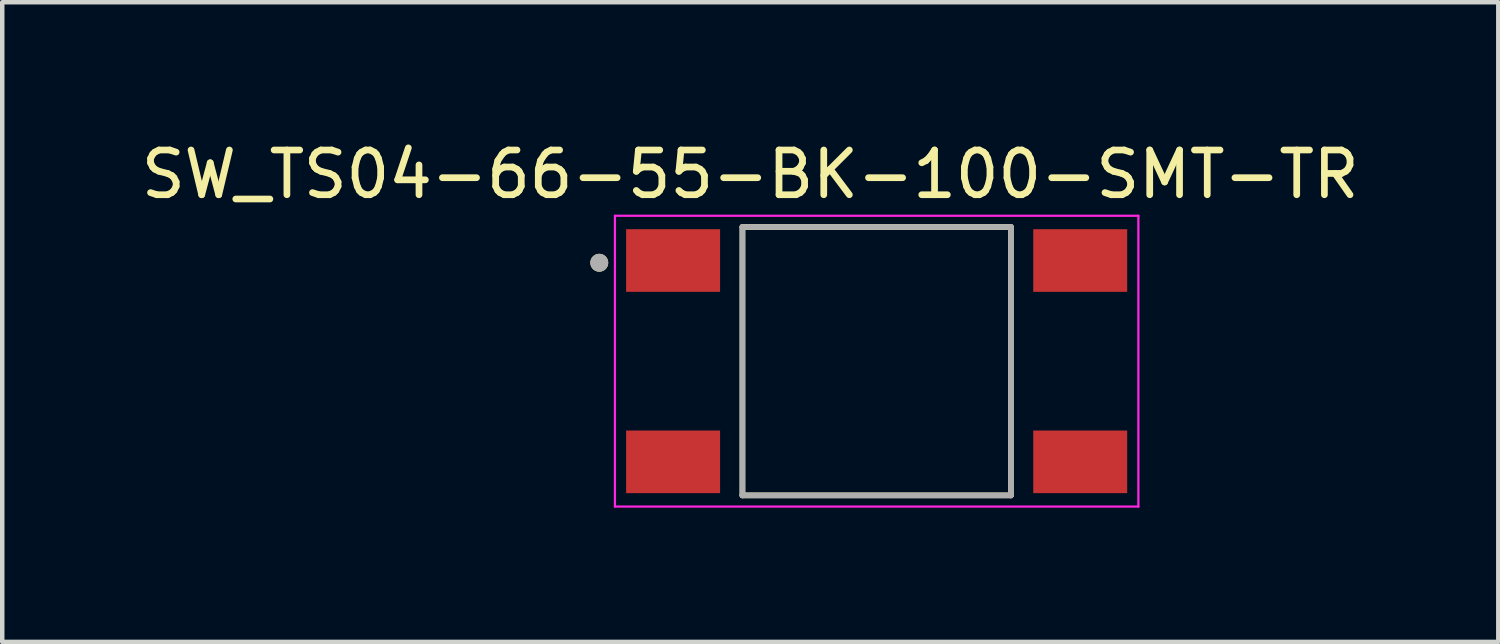
<source format=kicad_pcb>
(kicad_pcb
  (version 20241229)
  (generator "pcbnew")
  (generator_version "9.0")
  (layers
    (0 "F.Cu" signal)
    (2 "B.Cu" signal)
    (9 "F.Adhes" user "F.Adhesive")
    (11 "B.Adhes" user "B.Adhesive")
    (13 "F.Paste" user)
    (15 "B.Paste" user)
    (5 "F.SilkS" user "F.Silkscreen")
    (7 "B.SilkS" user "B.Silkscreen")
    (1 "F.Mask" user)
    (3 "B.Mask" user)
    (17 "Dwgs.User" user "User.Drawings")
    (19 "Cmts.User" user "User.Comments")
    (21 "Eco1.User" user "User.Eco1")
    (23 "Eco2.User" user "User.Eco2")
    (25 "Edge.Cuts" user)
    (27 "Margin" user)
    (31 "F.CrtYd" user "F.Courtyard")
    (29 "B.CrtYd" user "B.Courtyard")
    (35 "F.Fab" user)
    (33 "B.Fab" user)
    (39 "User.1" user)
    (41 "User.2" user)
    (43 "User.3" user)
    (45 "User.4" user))
  (footprint "SW_TS04-66-55-BK-100-SMT-TR"
    (layer "F.Cu")
    (at 16.545 5.023)
    (property "Reference" "SW_TS04-66-55-BK-100-SMT-TR" (at -2.825 -4.175 0) (layer "F.SilkS") (effects (font (size 1 1) (thickness 0.15))))
    (attr smd)
    (fp_line (start -3 -3) (end -3 3) (stroke (width 0.127) (type solid)) (layer "F.SilkS"))
    (fp_line (start -3 3) (end 3 3) (stroke (width 0.127) (type solid)) (layer "F.SilkS"))
    (fp_line (start 3 -3) (end -3 -3) (stroke (width 0.127) (type solid)) (layer "F.SilkS"))
    (fp_line (start 3 3) (end 3 -3) (stroke (width 0.127) (type solid)) (layer "F.SilkS"))
    (fp_circle (center -6.2 -2.2) (end -6.1 -2.2) (stroke (width 0.2) (type solid)) (fill no) (layer "F.SilkS"))
    (fp_line (start -5.85 -3.25) (end -5.85 3.25) (stroke (width 0.05) (type solid)) (layer "F.CrtYd"))
    (fp_line (start -5.85 3.25) (end 5.85 3.25) (stroke (width 0.05) (type solid)) (layer "F.CrtYd"))
    (fp_line (start 5.85 -3.25) (end -5.85 -3.25) (stroke (width 0.05) (type solid)) (layer "F.CrtYd"))
    (fp_line (start 5.85 3.25) (end 5.85 -3.25) (stroke (width 0.05) (type solid)) (layer "F.CrtYd"))
    (fp_line (start -3 -3) (end -3 3) (stroke (width 0.127) (type solid)) (layer "F.Fab"))
    (fp_line (start -3 3) (end 3 3) (stroke (width 0.127) (type solid)) (layer "F.Fab"))
    (fp_line (start 3 -3) (end -3 -3) (stroke (width 0.127) (type solid)) (layer "F.Fab"))
    (fp_line (start 3 3) (end 3 -3) (stroke (width 0.127) (type solid)) (layer "F.Fab"))
    (fp_circle (center -6.2 -2.2) (end -6.1 -2.2) (stroke (width 0.2) (type solid)) (fill no) (layer "F.Fab"))
    (pad "1" smd rect (at -4.55 -2.25) (size 2.1 1.4) (layers "F.Cu" "F.Mask" "F.Paste"))
    (pad "2" smd rect (at -4.55 2.25) (size 2.1 1.4) (layers "F.Cu" "F.Mask" "F.Paste"))
    (pad "3" smd rect (at 4.55 -2.25) (size 2.1 1.4) (layers "F.Cu" "F.Mask" "F.Paste"))
    (pad "4" smd rect (at 4.55 2.25) (size 2.1 1.4) (layers "F.Cu" "F.Mask" "F.Paste")))
  (gr_rect
    (start -3 -3)
    (end 30.44 11.298)
    (stroke (width 0.1) (type default))
    (fill no)
    (layer "Edge.Cuts")))
</source>
